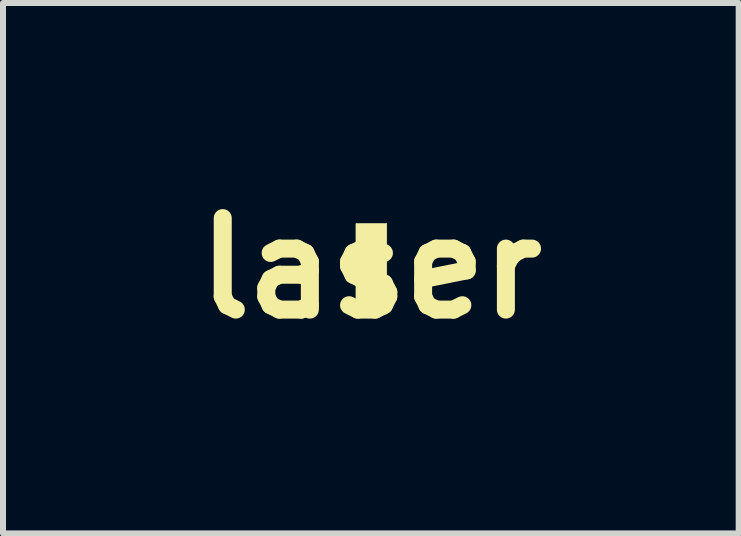
<source format=kicad_pcb>
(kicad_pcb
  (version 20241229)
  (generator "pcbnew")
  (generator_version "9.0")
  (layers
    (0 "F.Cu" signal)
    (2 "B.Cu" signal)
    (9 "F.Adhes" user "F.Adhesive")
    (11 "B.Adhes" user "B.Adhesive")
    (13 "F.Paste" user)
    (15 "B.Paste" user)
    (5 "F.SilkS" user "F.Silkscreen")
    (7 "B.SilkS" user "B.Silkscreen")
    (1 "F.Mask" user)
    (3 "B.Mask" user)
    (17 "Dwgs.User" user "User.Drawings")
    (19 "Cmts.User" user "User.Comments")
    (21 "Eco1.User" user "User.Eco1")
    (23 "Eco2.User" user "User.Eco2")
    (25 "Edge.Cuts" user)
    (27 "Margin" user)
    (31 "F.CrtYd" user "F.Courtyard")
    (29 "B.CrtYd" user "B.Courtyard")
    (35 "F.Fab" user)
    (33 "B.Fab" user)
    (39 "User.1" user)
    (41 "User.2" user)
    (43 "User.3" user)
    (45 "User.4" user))
  (footprint "laser"
    (layer "F.Cu")
    (at 3.128 1.418)
    (property "Reference" "laser" (at 0 0 0) (layer "F.SilkS") (effects (font (size 1.524 1.524) (thickness 0.3))))
    (attr through_hole)
    (fp_poly (pts (xy 0.265 0.761) (xy -0.248 0.761) (xy -0.248 -0.744) (xy 0.265 -0.744) (xy 0.265 0.761)) (stroke (width 0.01) (type solid)) (fill yes) (layer "F.SilkS")))
  (gr_rect
    (start -3 -3)
    (end 9.256 5.836)
    (stroke (width 0.1) (type default))
    (fill no)
    (layer "Edge.Cuts")))
</source>
